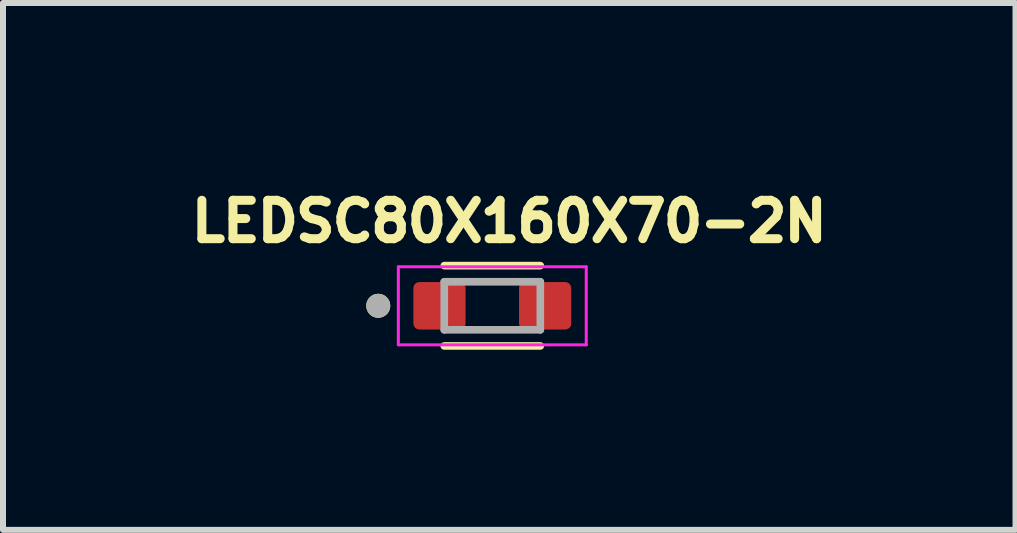
<source format=kicad_pcb>
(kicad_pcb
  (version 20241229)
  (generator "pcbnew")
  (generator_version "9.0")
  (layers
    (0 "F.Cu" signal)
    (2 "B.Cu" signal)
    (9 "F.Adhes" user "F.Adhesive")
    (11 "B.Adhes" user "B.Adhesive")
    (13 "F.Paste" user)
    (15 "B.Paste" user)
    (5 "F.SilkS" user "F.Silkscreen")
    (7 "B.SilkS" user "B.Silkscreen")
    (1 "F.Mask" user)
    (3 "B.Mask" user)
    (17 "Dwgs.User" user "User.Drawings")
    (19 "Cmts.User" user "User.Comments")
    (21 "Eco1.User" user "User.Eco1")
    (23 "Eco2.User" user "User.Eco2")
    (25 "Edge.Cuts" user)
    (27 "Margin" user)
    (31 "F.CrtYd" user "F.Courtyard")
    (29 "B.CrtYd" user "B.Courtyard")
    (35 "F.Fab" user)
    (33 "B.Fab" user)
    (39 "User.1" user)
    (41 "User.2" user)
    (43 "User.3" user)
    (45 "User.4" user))
  (footprint "LEDSC80X160X70-2N"
    (layer "F.Cu")
    (at 5.151 2.044)
    (property "Reference" "LEDSC80X160X70-2N" (at 0.282 -1.406 0) (layer "F.SilkS") (effects (font (size 0.64 0.64) (thickness 0.15))))
    (attr smd)
    (fp_line (start -0.8 -0.669) (end 0.8 -0.669) (stroke (width 0.127) (type solid)) (layer "F.SilkS"))
    (fp_line (start -0.8 0.669) (end 0.8 0.669) (stroke (width 0.127) (type solid)) (layer "F.SilkS"))
    (fp_circle (center -1.9 0) (end -1.8 0) (stroke (width 0.2) (type solid)) (fill no) (layer "F.SilkS"))
    (fp_line (start -1.565 -0.65) (end 1.565 -0.65) (stroke (width 0.05) (type solid)) (layer "F.CrtYd"))
    (fp_line (start -1.565 0.65) (end -1.565 -0.65) (stroke (width 0.05) (type solid)) (layer "F.CrtYd"))
    (fp_line (start 1.565 -0.65) (end 1.565 0.65) (stroke (width 0.05) (type solid)) (layer "F.CrtYd"))
    (fp_line (start 1.565 0.65) (end -1.565 0.65) (stroke (width 0.05) (type solid)) (layer "F.CrtYd"))
    (fp_line (start -0.8 -0.4) (end 0.8 -0.4) (stroke (width 0.127) (type solid)) (layer "F.Fab"))
    (fp_line (start -0.8 0.4) (end -0.8 -0.4) (stroke (width 0.127) (type solid)) (layer "F.Fab"))
    (fp_line (start 0.8 -0.4) (end 0.8 0.4) (stroke (width 0.127) (type solid)) (layer "F.Fab"))
    (fp_line (start 0.8 0.4) (end -0.8 0.4) (stroke (width 0.127) (type solid)) (layer "F.Fab"))
    (fp_circle (center -1.9 0) (end -1.8 0) (stroke (width 0.2) (type solid)) (fill no) (layer "F.Fab"))
    (pad "A" smd roundrect (at 0.88 0) (size 0.87 0.79) (layers "F.Cu" "F.Mask" "F.Paste") (roundrect_rratio 0.125))
    (pad "C" smd roundrect (at -0.88 0) (size 0.87 0.79) (layers "F.Cu" "F.Mask" "F.Paste") (roundrect_rratio 0.125)))
  (gr_rect
    (start -3 -3)
    (end 13.867 5.777)
    (stroke (width 0.1) (type default))
    (fill no)
    (layer "Edge.Cuts")))
</source>
